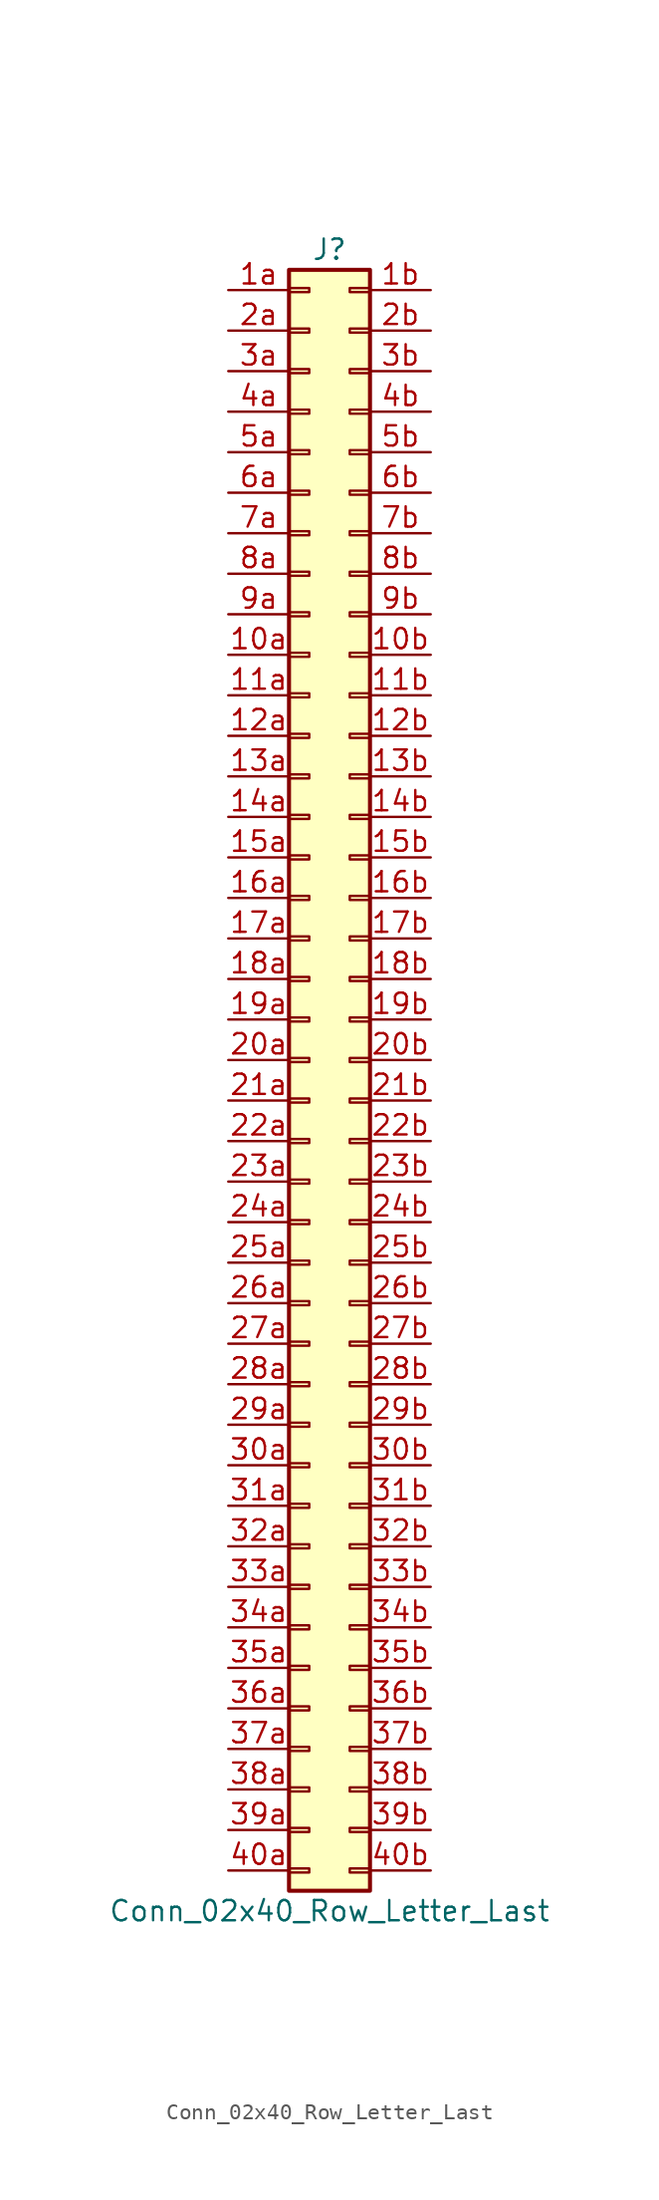
<source format=kicad_sym>
(kicad_symbol_lib
  (version 20201005)
  (generator kicad_symbol_editor)
  (symbol "Conn_02x40_Row_Letter_Last"
    (pin_names
      (offset 1.016) hide)
    (property "Reference" "J"
      (at 1.27 50.8 0)
      (effects (font (size 1.27 1.27))))
    (property "Value" "Conn_02x40_Row_Letter_Last"
      (at 1.27 -53.34 0)
      (effects (font (size 1.27 1.27))))
    (symbol "Conn_02x40_Row_Letter_Last_1_1"
      (rectangle (start -1.27 -50.673) (end 0 -50.927) (stroke (width 0.152)) (fill (type none)))
      (rectangle (start -1.27 -48.133) (end 0 -48.387) (stroke (width 0.152)) (fill (type none)))
      (rectangle (start -1.27 -45.593) (end 0 -45.847) (stroke (width 0.152)) (fill (type none)))
      (rectangle (start -1.27 -43.053) (end 0 -43.307) (stroke (width 0.152)) (fill (type none)))
      (rectangle (start -1.27 -40.513) (end 0 -40.767) (stroke (width 0.152)) (fill (type none)))
      (rectangle (start -1.27 -37.973) (end 0 -38.227) (stroke (width 0.152)) (fill (type none)))
      (rectangle (start -1.27 -35.433) (end 0 -35.687) (stroke (width 0.152)) (fill (type none)))
      (rectangle (start -1.27 -32.893) (end 0 -33.147) (stroke (width 0.152)) (fill (type none)))
      (rectangle (start -1.27 -30.353) (end 0 -30.607) (stroke (width 0.152)) (fill (type none)))
      (rectangle (start -1.27 -27.813) (end 0 -28.067) (stroke (width 0.152)) (fill (type none)))
      (rectangle (start -1.27 -25.273) (end 0 -25.527) (stroke (width 0.152)) (fill (type none)))
      (rectangle (start -1.27 -22.733) (end 0 -22.987) (stroke (width 0.152)) (fill (type none)))
      (rectangle (start -1.27 -20.193) (end 0 -20.447) (stroke (width 0.152)) (fill (type none)))
      (rectangle (start -1.27 -17.653) (end 0 -17.907) (stroke (width 0.152)) (fill (type none)))
      (rectangle (start -1.27 -15.113) (end 0 -15.367) (stroke (width 0.152)) (fill (type none)))
      (rectangle (start -1.27 -12.573) (end 0 -12.827) (stroke (width 0.152)) (fill (type none)))
      (rectangle (start -1.27 -10.033) (end 0 -10.287) (stroke (width 0.152)) (fill (type none)))
      (rectangle (start -1.27 -7.493) (end 0 -7.747) (stroke (width 0.152)) (fill (type none)))
      (rectangle (start -1.27 -4.953) (end 0 -5.207) (stroke (width 0.152)) (fill (type none)))
      (rectangle (start -1.27 -2.413) (end 0 -2.667) (stroke (width 0.152)) (fill (type none)))
      (rectangle (start -1.27 0.127) (end 0 -0.127) (stroke (width 0.152)) (fill (type none)))
      (rectangle (start -1.27 2.667) (end 0 2.413) (stroke (width 0.152)) (fill (type none)))
      (rectangle (start -1.27 5.207) (end 0 4.953) (stroke (width 0.152)) (fill (type none)))
      (rectangle (start -1.27 7.747) (end 0 7.493) (stroke (width 0.152)) (fill (type none)))
      (rectangle (start -1.27 10.287) (end 0 10.033) (stroke (width 0.152)) (fill (type none)))
      (rectangle (start -1.27 12.827) (end 0 12.573) (stroke (width 0.152)) (fill (type none)))
      (rectangle (start -1.27 15.367) (end 0 15.113) (stroke (width 0.152)) (fill (type none)))
      (rectangle (start -1.27 17.907) (end 0 17.653) (stroke (width 0.152)) (fill (type none)))
      (rectangle (start -1.27 20.447) (end 0 20.193) (stroke (width 0.152)) (fill (type none)))
      (rectangle (start -1.27 22.987) (end 0 22.733) (stroke (width 0.152)) (fill (type none)))
      (rectangle (start -1.27 25.527) (end 0 25.273) (stroke (width 0.152)) (fill (type none)))
      (rectangle (start -1.27 28.067) (end 0 27.813) (stroke (width 0.152)) (fill (type none)))
      (rectangle (start -1.27 30.607) (end 0 30.353) (stroke (width 0.152)) (fill (type none)))
      (rectangle (start -1.27 33.147) (end 0 32.893) (stroke (width 0.152)) (fill (type none)))
      (rectangle (start -1.27 35.687) (end 0 35.433) (stroke (width 0.152)) (fill (type none)))
      (rectangle (start -1.27 38.227) (end 0 37.973) (stroke (width 0.152)) (fill (type none)))
      (rectangle (start -1.27 40.767) (end 0 40.513) (stroke (width 0.152)) (fill (type none)))
      (rectangle (start -1.27 43.307) (end 0 43.053) (stroke (width 0.152)) (fill (type none)))
      (rectangle (start -1.27 45.847) (end 0 45.593) (stroke (width 0.152)) (fill (type none)))
      (rectangle (start -1.27 48.387) (end 0 48.133) (stroke (width 0.152)) (fill (type none)))
      (rectangle (start 3.81 -50.673) (end 2.54 -50.927) (stroke (width 0.152)) (fill (type none)))
      (rectangle (start 3.81 -48.133) (end 2.54 -48.387) (stroke (width 0.152)) (fill (type none)))
      (rectangle (start 3.81 -45.593) (end 2.54 -45.847) (stroke (width 0.152)) (fill (type none)))
      (rectangle (start 3.81 -43.053) (end 2.54 -43.307) (stroke (width 0.152)) (fill (type none)))
      (rectangle (start 3.81 -40.513) (end 2.54 -40.767) (stroke (width 0.152)) (fill (type none)))
      (rectangle (start 3.81 -37.973) (end 2.54 -38.227) (stroke (width 0.152)) (fill (type none)))
      (rectangle (start 3.81 -35.433) (end 2.54 -35.687) (stroke (width 0.152)) (fill (type none)))
      (rectangle (start 3.81 -32.893) (end 2.54 -33.147) (stroke (width 0.152)) (fill (type none)))
      (rectangle (start 3.81 -30.353) (end 2.54 -30.607) (stroke (width 0.152)) (fill (type none)))
      (rectangle (start 3.81 -27.813) (end 2.54 -28.067) (stroke (width 0.152)) (fill (type none)))
      (rectangle (start 3.81 -25.273) (end 2.54 -25.527) (stroke (width 0.152)) (fill (type none)))
      (rectangle (start 3.81 -22.733) (end 2.54 -22.987) (stroke (width 0.152)) (fill (type none)))
      (rectangle (start 3.81 -20.193) (end 2.54 -20.447) (stroke (width 0.152)) (fill (type none)))
      (rectangle (start 3.81 -17.653) (end 2.54 -17.907) (stroke (width 0.152)) (fill (type none)))
      (rectangle (start 3.81 -15.113) (end 2.54 -15.367) (stroke (width 0.152)) (fill (type none)))
      (rectangle (start 3.81 -12.573) (end 2.54 -12.827) (stroke (width 0.152)) (fill (type none)))
      (rectangle (start 3.81 -10.033) (end 2.54 -10.287) (stroke (width 0.152)) (fill (type none)))
      (rectangle (start 3.81 -7.493) (end 2.54 -7.747) (stroke (width 0.152)) (fill (type none)))
      (rectangle (start 3.81 -4.953) (end 2.54 -5.207) (stroke (width 0.152)) (fill (type none)))
      (rectangle (start 3.81 -2.413) (end 2.54 -2.667) (stroke (width 0.152)) (fill (type none)))
      (rectangle (start 3.81 0.127) (end 2.54 -0.127) (stroke (width 0.152)) (fill (type none)))
      (rectangle (start 3.81 2.667) (end 2.54 2.413) (stroke (width 0.152)) (fill (type none)))
      (rectangle (start 3.81 5.207) (end 2.54 4.953) (stroke (width 0.152)) (fill (type none)))
      (rectangle (start 3.81 7.747) (end 2.54 7.493) (stroke (width 0.152)) (fill (type none)))
      (rectangle (start 3.81 10.287) (end 2.54 10.033) (stroke (width 0.152)) (fill (type none)))
      (rectangle (start 3.81 12.827) (end 2.54 12.573) (stroke (width 0.152)) (fill (type none)))
      (rectangle (start 3.81 15.367) (end 2.54 15.113) (stroke (width 0.152)) (fill (type none)))
      (rectangle (start 3.81 17.907) (end 2.54 17.653) (stroke (width 0.152)) (fill (type none)))
      (rectangle (start 3.81 20.447) (end 2.54 20.193) (stroke (width 0.152)) (fill (type none)))
      (rectangle (start 3.81 22.987) (end 2.54 22.733) (stroke (width 0.152)) (fill (type none)))
      (rectangle (start 3.81 25.527) (end 2.54 25.273) (stroke (width 0.152)) (fill (type none)))
      (rectangle (start 3.81 28.067) (end 2.54 27.813) (stroke (width 0.152)) (fill (type none)))
      (rectangle (start 3.81 30.607) (end 2.54 30.353) (stroke (width 0.152)) (fill (type none)))
      (rectangle (start 3.81 33.147) (end 2.54 32.893) (stroke (width 0.152)) (fill (type none)))
      (rectangle (start 3.81 35.687) (end 2.54 35.433) (stroke (width 0.152)) (fill (type none)))
      (rectangle (start 3.81 38.227) (end 2.54 37.973) (stroke (width 0.152)) (fill (type none)))
      (rectangle (start 3.81 40.767) (end 2.54 40.513) (stroke (width 0.152)) (fill (type none)))
      (rectangle (start 3.81 43.307) (end 2.54 43.053) (stroke (width 0.152)) (fill (type none)))
      (rectangle (start 3.81 45.847) (end 2.54 45.593) (stroke (width 0.152)) (fill (type none)))
      (rectangle (start 3.81 48.387) (end 2.54 48.133) (stroke (width 0.152)) (fill (type none)))
      (rectangle (start -1.27 49.53) (end 3.81 -52.07) (stroke (width 0.254)) (fill (type background)))
      (pin passive line (at -5.08 25.4 0) (length 3.81) (name "Pin_10a" (effects (font (size 1.27 1.27)))) (number "10a" (effects (font (size 1.27 1.27)))))
      (pin passive line (at 7.62 25.4 180) (length 3.81) (name "Pin_10b" (effects (font (size 1.27 1.27)))) (number "10b" (effects (font (size 1.27 1.27)))))
      (pin passive line (at -5.08 22.86 0) (length 3.81) (name "Pin_11a" (effects (font (size 1.27 1.27)))) (number "11a" (effects (font (size 1.27 1.27)))))
      (pin passive line (at 7.62 22.86 180) (length 3.81) (name "Pin_11b" (effects (font (size 1.27 1.27)))) (number "11b" (effects (font (size 1.27 1.27)))))
      (pin passive line (at -5.08 20.32 0) (length 3.81) (name "Pin_12a" (effects (font (size 1.27 1.27)))) (number "12a" (effects (font (size 1.27 1.27)))))
      (pin passive line (at 7.62 20.32 180) (length 3.81) (name "Pin_12b" (effects (font (size 1.27 1.27)))) (number "12b" (effects (font (size 1.27 1.27)))))
      (pin passive line (at -5.08 17.78 0) (length 3.81) (name "Pin_13a" (effects (font (size 1.27 1.27)))) (number "13a" (effects (font (size 1.27 1.27)))))
      (pin passive line (at 7.62 17.78 180) (length 3.81) (name "Pin_13b" (effects (font (size 1.27 1.27)))) (number "13b" (effects (font (size 1.27 1.27)))))
      (pin passive line (at -5.08 15.24 0) (length 3.81) (name "Pin_14a" (effects (font (size 1.27 1.27)))) (number "14a" (effects (font (size 1.27 1.27)))))
      (pin passive line (at 7.62 15.24 180) (length 3.81) (name "Pin_14b" (effects (font (size 1.27 1.27)))) (number "14b" (effects (font (size 1.27 1.27)))))
      (pin passive line (at -5.08 12.7 0) (length 3.81) (name "Pin_15a" (effects (font (size 1.27 1.27)))) (number "15a" (effects (font (size 1.27 1.27)))))
      (pin passive line (at 7.62 12.7 180) (length 3.81) (name "Pin_15b" (effects (font (size 1.27 1.27)))) (number "15b" (effects (font (size 1.27 1.27)))))
      (pin passive line (at -5.08 10.16 0) (length 3.81) (name "Pin_16a" (effects (font (size 1.27 1.27)))) (number "16a" (effects (font (size 1.27 1.27)))))
      (pin passive line (at 7.62 10.16 180) (length 3.81) (name "Pin_16b" (effects (font (size 1.27 1.27)))) (number "16b" (effects (font (size 1.27 1.27)))))
      (pin passive line (at -5.08 7.62 0) (length 3.81) (name "Pin_17a" (effects (font (size 1.27 1.27)))) (number "17a" (effects (font (size 1.27 1.27)))))
      (pin passive line (at 7.62 7.62 180) (length 3.81) (name "Pin_17b" (effects (font (size 1.27 1.27)))) (number "17b" (effects (font (size 1.27 1.27)))))
      (pin passive line (at -5.08 5.08 0) (length 3.81) (name "Pin_18a" (effects (font (size 1.27 1.27)))) (number "18a" (effects (font (size 1.27 1.27)))))
      (pin passive line (at 7.62 5.08 180) (length 3.81) (name "Pin_18b" (effects (font (size 1.27 1.27)))) (number "18b" (effects (font (size 1.27 1.27)))))
      (pin passive line (at -5.08 2.54 0) (length 3.81) (name "Pin_19a" (effects (font (size 1.27 1.27)))) (number "19a" (effects (font (size 1.27 1.27)))))
      (pin passive line (at 7.62 2.54 180) (length 3.81) (name "Pin_19b" (effects (font (size 1.27 1.27)))) (number "19b" (effects (font (size 1.27 1.27)))))
      (pin passive line (at -5.08 48.26 0) (length 3.81) (name "Pin_1a" (effects (font (size 1.27 1.27)))) (number "1a" (effects (font (size 1.27 1.27)))))
      (pin passive line (at 7.62 48.26 180) (length 3.81) (name "Pin_1b" (effects (font (size 1.27 1.27)))) (number "1b" (effects (font (size 1.27 1.27)))))
      (pin passive line (at -5.08 0 0) (length 3.81) (name "Pin_20a" (effects (font (size 1.27 1.27)))) (number "20a" (effects (font (size 1.27 1.27)))))
      (pin passive line (at 7.62 0 180) (length 3.81) (name "Pin_20b" (effects (font (size 1.27 1.27)))) (number "20b" (effects (font (size 1.27 1.27)))))
      (pin passive line (at -5.08 -2.54 0) (length 3.81) (name "Pin_21a" (effects (font (size 1.27 1.27)))) (number "21a" (effects (font (size 1.27 1.27)))))
      (pin passive line (at 7.62 -2.54 180) (length 3.81) (name "Pin_21b" (effects (font (size 1.27 1.27)))) (number "21b" (effects (font (size 1.27 1.27)))))
      (pin passive line (at -5.08 -5.08 0) (length 3.81) (name "Pin_22a" (effects (font (size 1.27 1.27)))) (number "22a" (effects (font (size 1.27 1.27)))))
      (pin passive line (at 7.62 -5.08 180) (length 3.81) (name "Pin_22b" (effects (font (size 1.27 1.27)))) (number "22b" (effects (font (size 1.27 1.27)))))
      (pin passive line (at -5.08 -7.62 0) (length 3.81) (name "Pin_23a" (effects (font (size 1.27 1.27)))) (number "23a" (effects (font (size 1.27 1.27)))))
      (pin passive line (at 7.62 -7.62 180) (length 3.81) (name "Pin_23b" (effects (font (size 1.27 1.27)))) (number "23b" (effects (font (size 1.27 1.27)))))
      (pin passive line (at -5.08 -10.16 0) (length 3.81) (name "Pin_24a" (effects (font (size 1.27 1.27)))) (number "24a" (effects (font (size 1.27 1.27)))))
      (pin passive line (at 7.62 -10.16 180) (length 3.81) (name "Pin_24b" (effects (font (size 1.27 1.27)))) (number "24b" (effects (font (size 1.27 1.27)))))
      (pin passive line (at -5.08 -12.7 0) (length 3.81) (name "Pin_25a" (effects (font (size 1.27 1.27)))) (number "25a" (effects (font (size 1.27 1.27)))))
      (pin passive line (at 7.62 -12.7 180) (length 3.81) (name "Pin_25b" (effects (font (size 1.27 1.27)))) (number "25b" (effects (font (size 1.27 1.27)))))
      (pin passive line (at -5.08 -15.24 0) (length 3.81) (name "Pin_26a" (effects (font (size 1.27 1.27)))) (number "26a" (effects (font (size 1.27 1.27)))))
      (pin passive line (at 7.62 -15.24 180) (length 3.81) (name "Pin_26b" (effects (font (size 1.27 1.27)))) (number "26b" (effects (font (size 1.27 1.27)))))
      (pin passive line (at -5.08 -17.78 0) (length 3.81) (name "Pin_27a" (effects (font (size 1.27 1.27)))) (number "27a" (effects (font (size 1.27 1.27)))))
      (pin passive line (at 7.62 -17.78 180) (length 3.81) (name "Pin_27b" (effects (font (size 1.27 1.27)))) (number "27b" (effects (font (size 1.27 1.27)))))
      (pin passive line (at -5.08 -20.32 0) (length 3.81) (name "Pin_28a" (effects (font (size 1.27 1.27)))) (number "28a" (effects (font (size 1.27 1.27)))))
      (pin passive line (at 7.62 -20.32 180) (length 3.81) (name "Pin_28b" (effects (font (size 1.27 1.27)))) (number "28b" (effects (font (size 1.27 1.27)))))
      (pin passive line (at -5.08 -22.86 0) (length 3.81) (name "Pin_29a" (effects (font (size 1.27 1.27)))) (number "29a" (effects (font (size 1.27 1.27)))))
      (pin passive line (at 7.62 -22.86 180) (length 3.81) (name "Pin_29b" (effects (font (size 1.27 1.27)))) (number "29b" (effects (font (size 1.27 1.27)))))
      (pin passive line (at -5.08 45.72 0) (length 3.81) (name "Pin_2a" (effects (font (size 1.27 1.27)))) (number "2a" (effects (font (size 1.27 1.27)))))
      (pin passive line (at 7.62 45.72 180) (length 3.81) (name "Pin_2b" (effects (font (size 1.27 1.27)))) (number "2b" (effects (font (size 1.27 1.27)))))
      (pin passive line (at -5.08 -25.4 0) (length 3.81) (name "Pin_30a" (effects (font (size 1.27 1.27)))) (number "30a" (effects (font (size 1.27 1.27)))))
      (pin passive line (at 7.62 -25.4 180) (length 3.81) (name "Pin_30b" (effects (font (size 1.27 1.27)))) (number "30b" (effects (font (size 1.27 1.27)))))
      (pin passive line (at -5.08 -27.94 0) (length 3.81) (name "Pin_31a" (effects (font (size 1.27 1.27)))) (number "31a" (effects (font (size 1.27 1.27)))))
      (pin passive line (at 7.62 -27.94 180) (length 3.81) (name "Pin_31b" (effects (font (size 1.27 1.27)))) (number "31b" (effects (font (size 1.27 1.27)))))
      (pin passive line (at -5.08 -30.48 0) (length 3.81) (name "Pin_32a" (effects (font (size 1.27 1.27)))) (number "32a" (effects (font (size 1.27 1.27)))))
      (pin passive line (at 7.62 -30.48 180) (length 3.81) (name "Pin_32b" (effects (font (size 1.27 1.27)))) (number "32b" (effects (font (size 1.27 1.27)))))
      (pin passive line (at -5.08 -33.02 0) (length 3.81) (name "Pin_33a" (effects (font (size 1.27 1.27)))) (number "33a" (effects (font (size 1.27 1.27)))))
      (pin passive line (at 7.62 -33.02 180) (length 3.81) (name "Pin_33b" (effects (font (size 1.27 1.27)))) (number "33b" (effects (font (size 1.27 1.27)))))
      (pin passive line (at -5.08 -35.56 0) (length 3.81) (name "Pin_34a" (effects (font (size 1.27 1.27)))) (number "34a" (effects (font (size 1.27 1.27)))))
      (pin passive line (at 7.62 -35.56 180) (length 3.81) (name "Pin_34b" (effects (font (size 1.27 1.27)))) (number "34b" (effects (font (size 1.27 1.27)))))
      (pin passive line (at -5.08 -38.1 0) (length 3.81) (name "Pin_35a" (effects (font (size 1.27 1.27)))) (number "35a" (effects (font (size 1.27 1.27)))))
      (pin passive line (at 7.62 -38.1 180) (length 3.81) (name "Pin_35b" (effects (font (size 1.27 1.27)))) (number "35b" (effects (font (size 1.27 1.27)))))
      (pin passive line (at -5.08 -40.64 0) (length 3.81) (name "Pin_36a" (effects (font (size 1.27 1.27)))) (number "36a" (effects (font (size 1.27 1.27)))))
      (pin passive line (at 7.62 -40.64 180) (length 3.81) (name "Pin_36b" (effects (font (size 1.27 1.27)))) (number "36b" (effects (font (size 1.27 1.27)))))
      (pin passive line (at -5.08 -43.18 0) (length 3.81) (name "Pin_37a" (effects (font (size 1.27 1.27)))) (number "37a" (effects (font (size 1.27 1.27)))))
      (pin passive line (at 7.62 -43.18 180) (length 3.81) (name "Pin_37b" (effects (font (size 1.27 1.27)))) (number "37b" (effects (font (size 1.27 1.27)))))
      (pin passive line (at -5.08 -45.72 0) (length 3.81) (name "Pin_38a" (effects (font (size 1.27 1.27)))) (number "38a" (effects (font (size 1.27 1.27)))))
      (pin passive line (at 7.62 -45.72 180) (length 3.81) (name "Pin_38b" (effects (font (size 1.27 1.27)))) (number "38b" (effects (font (size 1.27 1.27)))))
      (pin passive line (at -5.08 -48.26 0) (length 3.81) (name "Pin_39a" (effects (font (size 1.27 1.27)))) (number "39a" (effects (font (size 1.27 1.27)))))
      (pin passive line (at 7.62 -48.26 180) (length 3.81) (name "Pin_39b" (effects (font (size 1.27 1.27)))) (number "39b" (effects (font (size 1.27 1.27)))))
      (pin passive line (at -5.08 43.18 0) (length 3.81) (name "Pin_3a" (effects (font (size 1.27 1.27)))) (number "3a" (effects (font (size 1.27 1.27)))))
      (pin passive line (at 7.62 43.18 180) (length 3.81) (name "Pin_3b" (effects (font (size 1.27 1.27)))) (number "3b" (effects (font (size 1.27 1.27)))))
      (pin passive line (at -5.08 -50.8 0) (length 3.81) (name "Pin_40a" (effects (font (size 1.27 1.27)))) (number "40a" (effects (font (size 1.27 1.27)))))
      (pin passive line (at 7.62 -50.8 180) (length 3.81) (name "Pin_40b" (effects (font (size 1.27 1.27)))) (number "40b" (effects (font (size 1.27 1.27)))))
      (pin passive line (at -5.08 40.64 0) (length 3.81) (name "Pin_4a" (effects (font (size 1.27 1.27)))) (number "4a" (effects (font (size 1.27 1.27)))))
      (pin passive line (at 7.62 40.64 180) (length 3.81) (name "Pin_4b" (effects (font (size 1.27 1.27)))) (number "4b" (effects (font (size 1.27 1.27)))))
      (pin passive line (at -5.08 38.1 0) (length 3.81) (name "Pin_5a" (effects (font (size 1.27 1.27)))) (number "5a" (effects (font (size 1.27 1.27)))))
      (pin passive line (at 7.62 38.1 180) (length 3.81) (name "Pin_5b" (effects (font (size 1.27 1.27)))) (number "5b" (effects (font (size 1.27 1.27)))))
      (pin passive line (at -5.08 35.56 0) (length 3.81) (name "Pin_6a" (effects (font (size 1.27 1.27)))) (number "6a" (effects (font (size 1.27 1.27)))))
      (pin passive line (at 7.62 35.56 180) (length 3.81) (name "Pin_6b" (effects (font (size 1.27 1.27)))) (number "6b" (effects (font (size 1.27 1.27)))))
      (pin passive line (at -5.08 33.02 0) (length 3.81) (name "Pin_7a" (effects (font (size 1.27 1.27)))) (number "7a" (effects (font (size 1.27 1.27)))))
      (pin passive line (at 7.62 33.02 180) (length 3.81) (name "Pin_7b" (effects (font (size 1.27 1.27)))) (number "7b" (effects (font (size 1.27 1.27)))))
      (pin passive line (at -5.08 30.48 0) (length 3.81) (name "Pin_8a" (effects (font (size 1.27 1.27)))) (number "8a" (effects (font (size 1.27 1.27)))))
      (pin passive line (at 7.62 30.48 180) (length 3.81) (name "Pin_8b" (effects (font (size 1.27 1.27)))) (number "8b" (effects (font (size 1.27 1.27)))))
      (pin passive line (at -5.08 27.94 0) (length 3.81) (name "Pin_9a" (effects (font (size 1.27 1.27)))) (number "9a" (effects (font (size 1.27 1.27)))))
      (pin passive line (at 7.62 27.94 180) (length 3.81) (name "Pin_9b" (effects (font (size 1.27 1.27)))) (number "9b" (effects (font (size 1.27 1.27))))))))
</source>
